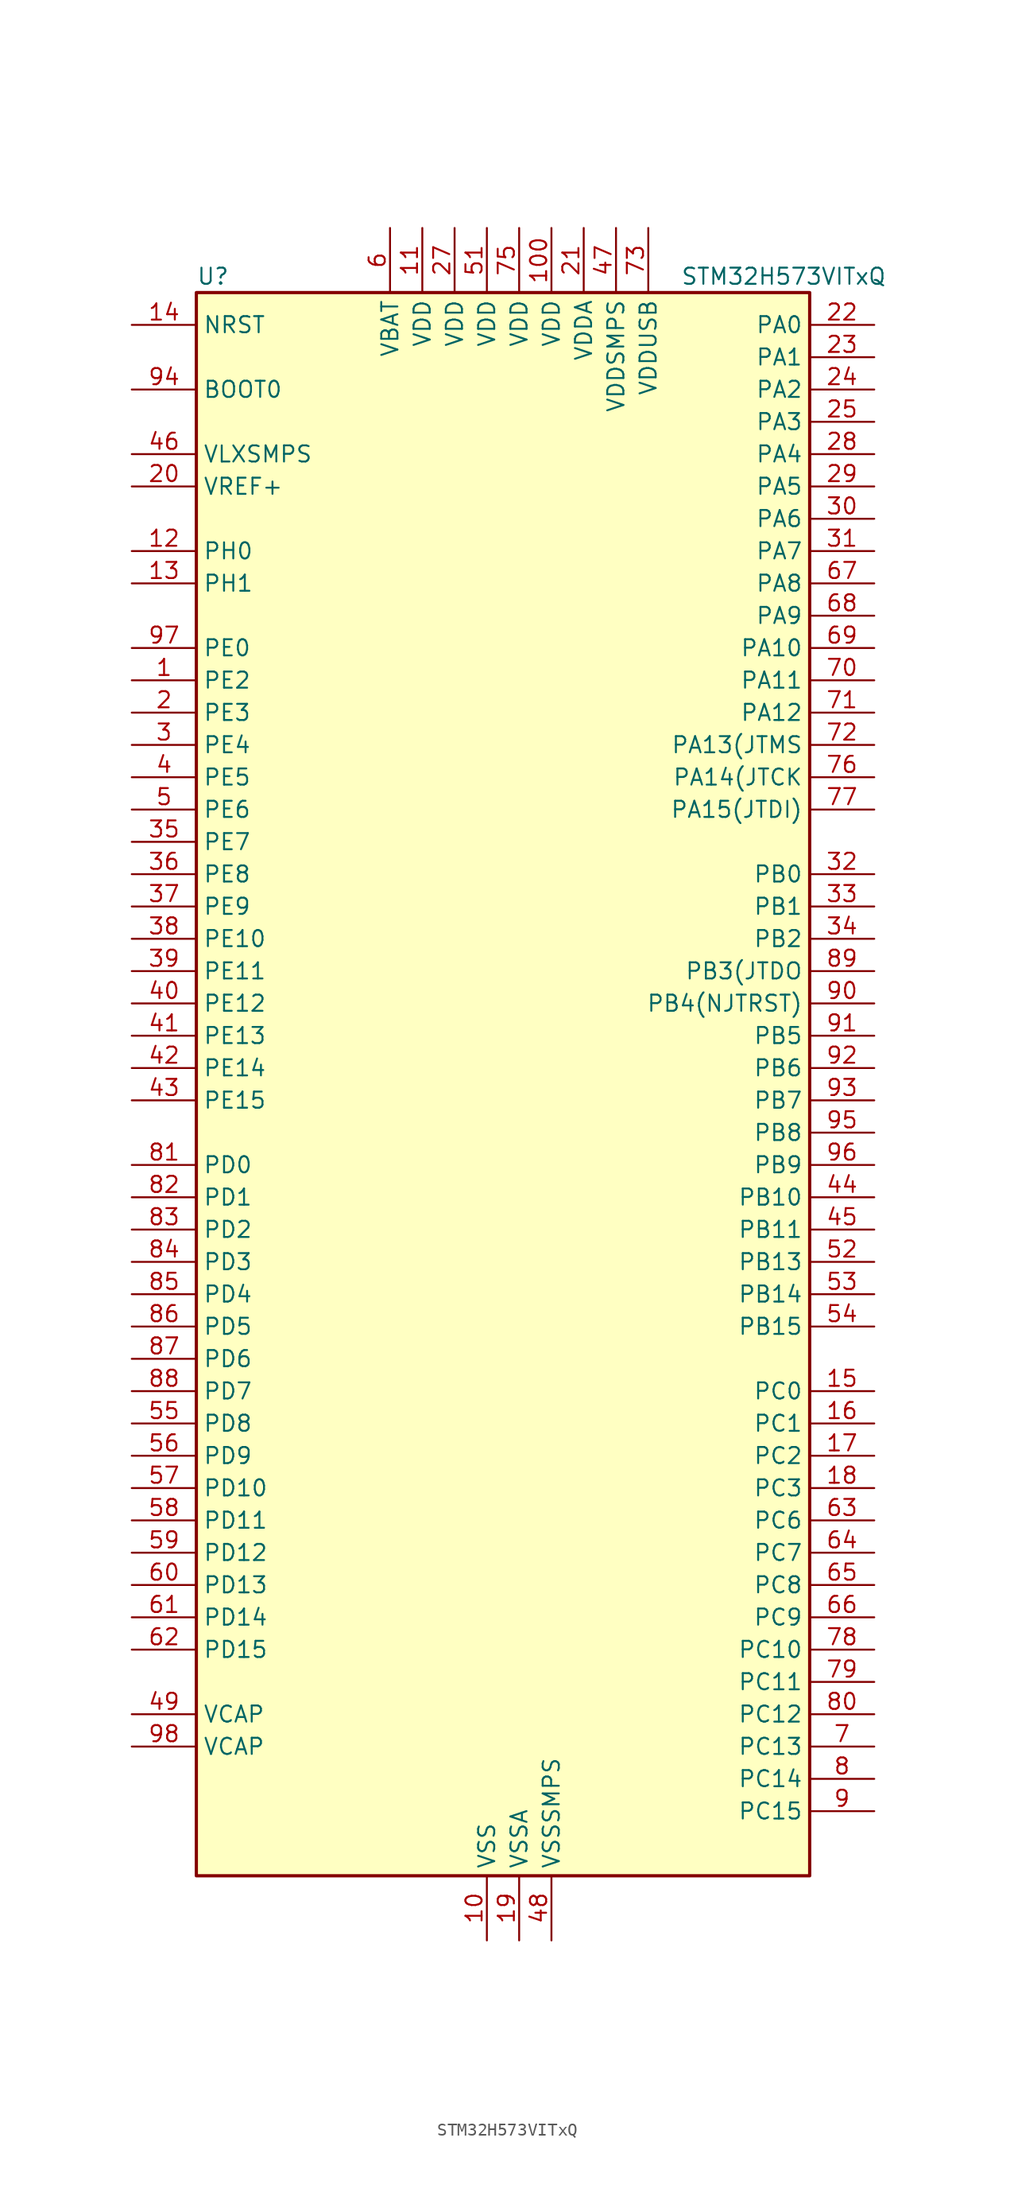
<source format=kicad_sym>
(kicad_symbol_lib
  (version 20231120)
  (generator "kicad_symbol_editor")
  (generator_version "8.0")
  (symbol "STM32H573VITxQ"
    (property "Reference" "U"
      (at -22.86 64.77 0)
      (effects (font (size 1.27 1.27)) (justify left)))
    (property "Value" "STM32H573VITxQ"
      (at 15.24 64.77 0)
      (effects (font (size 1.27 1.27)) (justify left)))
    (property "ki_locked" ""
      (at 0 0 0)
      (effects (font (size 1.27 1.27))))
    (symbol "STM32H573VITxQ_0_1"
      (rectangle (start -22.86 -60.96) (end 25.4 63.5) (stroke (width 0.254) (type default)) (fill (type background))))
    (symbol "STM32H573VITxQ_1_1"
      (pin bidirectional line (at -27.94 33.02 0) (length 5.08) (name "PE2" (effects (font (size 1.27 1.27)))) (number "1" (effects (font (size 1.27 1.27)))) (alternate "DCMI_D3" bidirectional line) (alternate "DEBUG_TRACECLK" bidirectional line) (alternate "FMC_A23" bidirectional line) (alternate "LPTIM1_IN2" bidirectional line) (alternate "OCTOSPI1_IO2" bidirectional line) (alternate "PSSI_D3" bidirectional line) (alternate "SAI1_CK1" bidirectional line) (alternate "SAI1_MCLK_A" bidirectional line) (alternate "SPI4_SCK" bidirectional line) (alternate "UART8_TX" bidirectional line) (alternate "USART10_RX" bidirectional line))
      (pin power_in line (at 0 -66.04 90) (length 5.08) (name "VSS" (effects (font (size 1.27 1.27)))) (number "10" (effects (font (size 1.27 1.27)))))
      (pin power_in line (at 5.08 68.58 270) (length 5.08) (name "VDD" (effects (font (size 1.27 1.27)))) (number "100" (effects (font (size 1.27 1.27)))))
      (pin power_in line (at -5.08 68.58 270) (length 5.08) (name "VDD" (effects (font (size 1.27 1.27)))) (number "11" (effects (font (size 1.27 1.27)))))
      (pin bidirectional line (at -27.94 43.18 0) (length 5.08) (name "PH0" (effects (font (size 1.27 1.27)))) (number "12" (effects (font (size 1.27 1.27)))) (alternate "RCC_OSC_IN" bidirectional line))
      (pin bidirectional line (at -27.94 40.64 0) (length 5.08) (name "PH1" (effects (font (size 1.27 1.27)))) (number "13" (effects (font (size 1.27 1.27)))) (alternate "RCC_OSC_OUT" bidirectional line))
      (pin input line (at -27.94 60.96 0) (length 5.08) (name "NRST" (effects (font (size 1.27 1.27)))) (number "14" (effects (font (size 1.27 1.27)))))
      (pin bidirectional line (at 30.48 -22.86 180) (length 5.08) (name "PC0" (effects (font (size 1.27 1.27)))) (number "15" (effects (font (size 1.27 1.27)))) (alternate "ADC1_INP10" bidirectional line) (alternate "ADC2_INP10" bidirectional line) (alternate "FMC_A25" bidirectional line) (alternate "FMC_SDNWE" bidirectional line) (alternate "OCTOSPI1_IO7" bidirectional line) (alternate "SAI1_MCLK_A" bidirectional line) (alternate "SAI2_FS_B" bidirectional line) (alternate "SPI2_RDY" bidirectional line) (alternate "TIM16_BKIN" bidirectional line))
      (pin bidirectional line (at 30.48 -25.4 180) (length 5.08) (name "PC1" (effects (font (size 1.27 1.27)))) (number "16" (effects (font (size 1.27 1.27)))) (alternate "ADC1_INN10" bidirectional line) (alternate "ADC1_INP11" bidirectional line) (alternate "ADC2_INN10" bidirectional line) (alternate "ADC2_INP11" bidirectional line) (alternate "DEBUG_TRACED0" bidirectional line) (alternate "I2S2_SDO" bidirectional line) (alternate "OCTOSPI1_IO4" bidirectional line) (alternate "PWR_WKUP6" bidirectional line) (alternate "SAI1_D1" bidirectional line) (alternate "SAI1_SD_A" bidirectional line) (alternate "SAI2_SD_A" bidirectional line) (alternate "SPI2_MOSI" bidirectional line) (alternate "TAMP_IN3" bidirectional line) (alternate "TAMP_OUT5" bidirectional line) (alternate "USART11_RTS" bidirectional line))
      (pin bidirectional line (at 30.48 -27.94 180) (length 5.08) (name "PC2" (effects (font (size 1.27 1.27)))) (number "17" (effects (font (size 1.27 1.27)))) (alternate "ADC1_INN11" bidirectional line) (alternate "ADC1_INP12" bidirectional line) (alternate "ADC2_INN11" bidirectional line) (alternate "ADC2_INP12" bidirectional line) (alternate "FMC_SDNE0" bidirectional line) (alternate "I2S2_SDI" bidirectional line) (alternate "OCTOSPI1_IO2" bidirectional line) (alternate "OCTOSPI1_IO5" bidirectional line) (alternate "PWR_CSLEEP" bidirectional line) (alternate "SPI2_MISO" bidirectional line) (alternate "TIM17_CH1" bidirectional line) (alternate "TIM4_CH4" bidirectional line))
      (pin bidirectional line (at 30.48 -30.48 180) (length 5.08) (name "PC3" (effects (font (size 1.27 1.27)))) (number "18" (effects (font (size 1.27 1.27)))) (alternate "ADC1_INN12" bidirectional line) (alternate "ADC1_INP13" bidirectional line) (alternate "ADC2_INN12" bidirectional line) (alternate "ADC2_INP13" bidirectional line) (alternate "FMC_SDCKE0" bidirectional line) (alternate "I2S2_SDO" bidirectional line) (alternate "LPTIM3_CH1" bidirectional line) (alternate "OCTOSPI1_IO0" bidirectional line) (alternate "OCTOSPI1_IO6" bidirectional line) (alternate "PWR_CSTOP" bidirectional line) (alternate "SAI1_D3" bidirectional line) (alternate "SPI2_MOSI" bidirectional line))
      (pin power_in line (at 2.54 -66.04 90) (length 5.08) (name "VSSA" (effects (font (size 1.27 1.27)))) (number "19" (effects (font (size 1.27 1.27)))))
      (pin bidirectional line (at -27.94 30.48 0) (length 5.08) (name "PE3" (effects (font (size 1.27 1.27)))) (number "2" (effects (font (size 1.27 1.27)))) (alternate "DEBUG_TRACED0" bidirectional line) (alternate "FMC_A19" bidirectional line) (alternate "SAI1_SD_B" bidirectional line) (alternate "TAMP_IN6" bidirectional line) (alternate "TAMP_OUT3" bidirectional line) (alternate "TIM15_BKIN" bidirectional line) (alternate "USART10_TX" bidirectional line))
      (pin input line (at -27.94 48.26 0) (length 5.08) (name "VREF+" (effects (font (size 1.27 1.27)))) (number "20" (effects (font (size 1.27 1.27)))))
      (pin power_in line (at 7.62 68.58 270) (length 5.08) (name "VDDA" (effects (font (size 1.27 1.27)))) (number "21" (effects (font (size 1.27 1.27)))))
      (pin bidirectional line (at 30.48 60.96 180) (length 5.08) (name "PA0" (effects (font (size 1.27 1.27)))) (number "22" (effects (font (size 1.27 1.27)))) (alternate "ADC1_INN1" bidirectional line) (alternate "ADC1_INP0" bidirectional line) (alternate "ADC2_INN1" bidirectional line) (alternate "ADC2_INP0" bidirectional line) (alternate "PWR_WKUP1" bidirectional line) (alternate "SAI2_SD_B" bidirectional line) (alternate "SPI3_RDY" bidirectional line) (alternate "SPI6_NSS" bidirectional line) (alternate "TAMP_IN2" bidirectional line) (alternate "TAMP_OUT1" bidirectional line) (alternate "TIM15_BKIN" bidirectional line) (alternate "TIM2_CH1" bidirectional line) (alternate "TIM2_ETR" bidirectional line) (alternate "TIM5_CH1" bidirectional line) (alternate "TIM8_ETR" bidirectional line) (alternate "UART4_TX" bidirectional line) (alternate "USART2_CTS" bidirectional line) (alternate "USART2_NSS" bidirectional line))
      (pin bidirectional line (at 30.48 58.42 180) (length 5.08) (name "PA1" (effects (font (size 1.27 1.27)))) (number "23" (effects (font (size 1.27 1.27)))) (alternate "ADC1_INP1" bidirectional line) (alternate "ADC2_INP1" bidirectional line) (alternate "LPTIM1_IN1" bidirectional line) (alternate "OCTOSPI1_DQS" bidirectional line) (alternate "OCTOSPI1_IO3" bidirectional line) (alternate "SAI2_MCLK_B" bidirectional line) (alternate "TAMP_IN5" bidirectional line) (alternate "TAMP_OUT4" bidirectional line) (alternate "TIM15_CH1N" bidirectional line) (alternate "TIM2_CH2" bidirectional line) (alternate "TIM5_CH2" bidirectional line) (alternate "UART4_RX" bidirectional line) (alternate "USART2_RTS" bidirectional line))
      (pin bidirectional line (at 30.48 55.88 180) (length 5.08) (name "PA2" (effects (font (size 1.27 1.27)))) (number "24" (effects (font (size 1.27 1.27)))) (alternate "ADC1_INP14" bidirectional line) (alternate "ADC2_INP14" bidirectional line) (alternate "LPTIM1_IN2" bidirectional line) (alternate "PWR_WKUP2" bidirectional line) (alternate "SAI2_SCK_B" bidirectional line) (alternate "TAMP_IN4" bidirectional line) (alternate "TAMP_OUT3" bidirectional line) (alternate "TIM15_CH1" bidirectional line) (alternate "TIM2_CH3" bidirectional line) (alternate "TIM5_CH3" bidirectional line) (alternate "USART2_TX" bidirectional line))
      (pin bidirectional line (at 30.48 53.34 180) (length 5.08) (name "PA3" (effects (font (size 1.27 1.27)))) (number "25" (effects (font (size 1.27 1.27)))) (alternate "ADC1_INP15" bidirectional line) (alternate "ADC2_INP15" bidirectional line) (alternate "I2S2_WS" bidirectional line) (alternate "OCTOSPI1_CLK" bidirectional line) (alternate "SAI1_SD_B" bidirectional line) (alternate "SPI2_NSS" bidirectional line) (alternate "TIM15_CH2" bidirectional line) (alternate "TIM2_CH4" bidirectional line) (alternate "TIM5_CH4" bidirectional line) (alternate "USART2_RX" bidirectional line))
      (pin passive line (at 0 -66.04 90) (length 5.08) hide (name "VSS" (effects (font (size 1.27 1.27)))) (number "26" (effects (font (size 1.27 1.27)))))
      (pin power_in line (at -2.54 68.58 270) (length 5.08) (name "VDD" (effects (font (size 1.27 1.27)))) (number "27" (effects (font (size 1.27 1.27)))))
      (pin bidirectional line (at 30.48 50.8 180) (length 5.08) (name "PA4" (effects (font (size 1.27 1.27)))) (number "28" (effects (font (size 1.27 1.27)))) (alternate "ADC1_INP18" bidirectional line) (alternate "ADC2_INP18" bidirectional line) (alternate "DAC1_OUT1" bidirectional line) (alternate "DCMI_HSYNC" bidirectional line) (alternate "I2S1_WS" bidirectional line) (alternate "I2S3_WS" bidirectional line) (alternate "LPTIM2_CH1" bidirectional line) (alternate "PSSI_DE" bidirectional line) (alternate "SPI1_NSS" bidirectional line) (alternate "SPI3_NSS" bidirectional line) (alternate "SPI6_NSS" bidirectional line) (alternate "TIM5_ETR" bidirectional line) (alternate "USART2_CK" bidirectional line))
      (pin bidirectional line (at 30.48 48.26 180) (length 5.08) (name "PA5" (effects (font (size 1.27 1.27)))) (number "29" (effects (font (size 1.27 1.27)))) (alternate "ADC1_INN18" bidirectional line) (alternate "ADC1_INP19" bidirectional line) (alternate "ADC2_INN18" bidirectional line) (alternate "ADC2_INP19" bidirectional line) (alternate "DAC1_OUT2" bidirectional line) (alternate "I2S1_CK" bidirectional line) (alternate "PSSI_D14" bidirectional line) (alternate "SPI1_SCK" bidirectional line) (alternate "SPI6_SCK" bidirectional line) (alternate "TIM2_CH1" bidirectional line) (alternate "TIM2_ETR" bidirectional line) (alternate "TIM8_CH1N" bidirectional line))
      (pin bidirectional line (at -27.94 27.94 0) (length 5.08) (name "PE4" (effects (font (size 1.27 1.27)))) (number "3" (effects (font (size 1.27 1.27)))) (alternate "DCMI_D4" bidirectional line) (alternate "DEBUG_TRACED1" bidirectional line) (alternate "FMC_A20" bidirectional line) (alternate "PSSI_D4" bidirectional line) (alternate "SAI1_D2" bidirectional line) (alternate "SAI1_FS_A" bidirectional line) (alternate "SPI4_NSS" bidirectional line) (alternate "TAMP_IN7" bidirectional line) (alternate "TAMP_OUT8" bidirectional line) (alternate "TIM15_CH1N" bidirectional line))
      (pin bidirectional line (at 30.48 45.72 180) (length 5.08) (name "PA6" (effects (font (size 1.27 1.27)))) (number "30" (effects (font (size 1.27 1.27)))) (alternate "ADC1_INP3" bidirectional line) (alternate "ADC2_INP3" bidirectional line) (alternate "DCMI_PIXCLK" bidirectional line) (alternate "I2S1_SDI" bidirectional line) (alternate "OCTOSPI1_IO3" bidirectional line) (alternate "PSSI_PDCK" bidirectional line) (alternate "SPI1_MISO" bidirectional line) (alternate "SPI6_MISO" bidirectional line) (alternate "TIM13_CH1" bidirectional line) (alternate "TIM1_BKIN" bidirectional line) (alternate "TIM3_CH1" bidirectional line) (alternate "TIM8_BKIN" bidirectional line) (alternate "USART11_TX" bidirectional line))
      (pin bidirectional line (at 30.48 43.18 180) (length 5.08) (name "PA7" (effects (font (size 1.27 1.27)))) (number "31" (effects (font (size 1.27 1.27)))) (alternate "ADC1_INN3" bidirectional line) (alternate "ADC1_INP7" bidirectional line) (alternate "ADC2_INN3" bidirectional line) (alternate "ADC2_INP7" bidirectional line) (alternate "FMC_NWE" bidirectional line) (alternate "FMC_SDNWE" bidirectional line) (alternate "I2S1_SDO" bidirectional line) (alternate "OCTOSPI1_IO2" bidirectional line) (alternate "SPI1_MOSI" bidirectional line) (alternate "SPI6_MOSI" bidirectional line) (alternate "TIM14_CH1" bidirectional line) (alternate "TIM1_CH1N" bidirectional line) (alternate "TIM3_CH2" bidirectional line) (alternate "TIM8_CH1N" bidirectional line) (alternate "USART11_RX" bidirectional line))
      (pin bidirectional line (at 30.48 17.78 180) (length 5.08) (name "PB0" (effects (font (size 1.27 1.27)))) (number "32" (effects (font (size 1.27 1.27)))) (alternate "ADC1_INN5" bidirectional line) (alternate "ADC1_INP9" bidirectional line) (alternate "ADC2_INN5" bidirectional line) (alternate "ADC2_INP9" bidirectional line) (alternate "LPTIM3_CH1" bidirectional line) (alternate "OCTOSPI1_IO1" bidirectional line) (alternate "TIM1_CH2N" bidirectional line) (alternate "TIM3_CH3" bidirectional line) (alternate "TIM8_CH2N" bidirectional line) (alternate "UART4_CTS" bidirectional line) (alternate "USART11_CK" bidirectional line))
      (pin bidirectional line (at 30.48 15.24 180) (length 5.08) (name "PB1" (effects (font (size 1.27 1.27)))) (number "33" (effects (font (size 1.27 1.27)))) (alternate "ADC1_INP5" bidirectional line) (alternate "ADC2_INP5" bidirectional line) (alternate "LPTIM3_CH2" bidirectional line) (alternate "OCTOSPI1_IO0" bidirectional line) (alternate "TIM1_CH3N" bidirectional line) (alternate "TIM3_CH4" bidirectional line) (alternate "TIM8_CH3N" bidirectional line))
      (pin bidirectional line (at 30.48 12.7 180) (length 5.08) (name "PB2" (effects (font (size 1.27 1.27)))) (number "34" (effects (font (size 1.27 1.27)))) (alternate "I2S3_SDO" bidirectional line) (alternate "LPTIM1_CH1" bidirectional line) (alternate "LPTIM5_ETR" bidirectional line) (alternate "OCTOSPI1_CLK" bidirectional line) (alternate "OCTOSPI1_DQS" bidirectional line) (alternate "RCC_LSCO" bidirectional line) (alternate "RTC_OUT2" bidirectional line) (alternate "SAI1_D1" bidirectional line) (alternate "SAI1_SD_A" bidirectional line) (alternate "SDMMC1_CMD" bidirectional line) (alternate "SPI1_RDY" bidirectional line) (alternate "SPI3_MOSI" bidirectional line) (alternate "TIM8_CH4N" bidirectional line))
      (pin bidirectional line (at -27.94 20.32 0) (length 5.08) (name "PE7" (effects (font (size 1.27 1.27)))) (number "35" (effects (font (size 1.27 1.27)))) (alternate "FMC_D4" bidirectional line) (alternate "FMC_DA4" bidirectional line) (alternate "OCTOSPI1_IO4" bidirectional line) (alternate "TIM1_ETR" bidirectional line) (alternate "UART12_RTS" bidirectional line) (alternate "UART7_RX" bidirectional line))
      (pin bidirectional line (at -27.94 17.78 0) (length 5.08) (name "PE8" (effects (font (size 1.27 1.27)))) (number "36" (effects (font (size 1.27 1.27)))) (alternate "FMC_D5" bidirectional line) (alternate "FMC_DA5" bidirectional line) (alternate "OCTOSPI1_IO5" bidirectional line) (alternate "TIM1_CH1N" bidirectional line) (alternate "UART12_CTS" bidirectional line) (alternate "UART7_TX" bidirectional line))
      (pin bidirectional line (at -27.94 15.24 0) (length 5.08) (name "PE9" (effects (font (size 1.27 1.27)))) (number "37" (effects (font (size 1.27 1.27)))) (alternate "DAC1_EXTI9" bidirectional line) (alternate "FMC_D6" bidirectional line) (alternate "FMC_DA6" bidirectional line) (alternate "OCTOSPI1_IO6" bidirectional line) (alternate "TIM1_CH1" bidirectional line) (alternate "UART12_RX" bidirectional line) (alternate "UART7_RTS" bidirectional line))
      (pin bidirectional line (at -27.94 12.7 0) (length 5.08) (name "PE10" (effects (font (size 1.27 1.27)))) (number "38" (effects (font (size 1.27 1.27)))) (alternate "FMC_D7" bidirectional line) (alternate "FMC_DA7" bidirectional line) (alternate "OCTOSPI1_IO7" bidirectional line) (alternate "TIM1_CH2N" bidirectional line) (alternate "UART12_TX" bidirectional line) (alternate "UART7_CTS" bidirectional line))
      (pin bidirectional line (at -27.94 10.16 0) (length 5.08) (name "PE11" (effects (font (size 1.27 1.27)))) (number "39" (effects (font (size 1.27 1.27)))) (alternate "ADC1_EXTI11" bidirectional line) (alternate "ADC2_EXTI11" bidirectional line) (alternate "FMC_D8" bidirectional line) (alternate "FMC_DA8" bidirectional line) (alternate "OCTOSPI1_NCS" bidirectional line) (alternate "SAI2_SD_B" bidirectional line) (alternate "SPI1_RDY" bidirectional line) (alternate "SPI4_NSS" bidirectional line) (alternate "TIM1_CH2" bidirectional line))
      (pin bidirectional line (at -27.94 25.4 0) (length 5.08) (name "PE5" (effects (font (size 1.27 1.27)))) (number "4" (effects (font (size 1.27 1.27)))) (alternate "DCMI_D6" bidirectional line) (alternate "DEBUG_TRACED2" bidirectional line) (alternate "FMC_A21" bidirectional line) (alternate "PSSI_D6" bidirectional line) (alternate "SAI1_CK2" bidirectional line) (alternate "SAI1_SCK_A" bidirectional line) (alternate "SPI4_MISO" bidirectional line) (alternate "TAMP_IN8" bidirectional line) (alternate "TAMP_OUT7" bidirectional line) (alternate "TIM15_CH1" bidirectional line))
      (pin bidirectional line (at -27.94 7.62 0) (length 5.08) (name "PE12" (effects (font (size 1.27 1.27)))) (number "40" (effects (font (size 1.27 1.27)))) (alternate "FMC_D9" bidirectional line) (alternate "FMC_DA9" bidirectional line) (alternate "SAI2_SCK_B" bidirectional line) (alternate "SPI4_SCK" bidirectional line) (alternate "TIM1_CH3N" bidirectional line))
      (pin bidirectional line (at -27.94 5.08 0) (length 5.08) (name "PE13" (effects (font (size 1.27 1.27)))) (number "41" (effects (font (size 1.27 1.27)))) (alternate "FMC_D10" bidirectional line) (alternate "FMC_DA10" bidirectional line) (alternate "SAI2_FS_B" bidirectional line) (alternate "SPI4_MISO" bidirectional line) (alternate "TIM1_CH3" bidirectional line))
      (pin bidirectional line (at -27.94 2.54 0) (length 5.08) (name "PE14" (effects (font (size 1.27 1.27)))) (number "42" (effects (font (size 1.27 1.27)))) (alternate "FMC_D11" bidirectional line) (alternate "FMC_DA11" bidirectional line) (alternate "SAI2_MCLK_B" bidirectional line) (alternate "SPI4_MOSI" bidirectional line) (alternate "TIM1_CH4" bidirectional line))
      (pin bidirectional line (at -27.94 0 0) (length 5.08) (name "PE15" (effects (font (size 1.27 1.27)))) (number "43" (effects (font (size 1.27 1.27)))) (alternate "ADC1_EXTI15" bidirectional line) (alternate "ADC2_EXTI15" bidirectional line) (alternate "FMC_D12" bidirectional line) (alternate "FMC_DA12" bidirectional line) (alternate "TIM1_BKIN" bidirectional line) (alternate "TIM1_CH4N" bidirectional line) (alternate "USART10_CK" bidirectional line))
      (pin bidirectional line (at 30.48 -7.62 180) (length 5.08) (name "PB10" (effects (font (size 1.27 1.27)))) (number "44" (effects (font (size 1.27 1.27)))) (alternate "I2C2_SCL" bidirectional line) (alternate "I2S2_CK" bidirectional line) (alternate "LPTIM2_IN1" bidirectional line) (alternate "LPTIM3_CH1" bidirectional line) (alternate "OCTOSPI1_NCS" bidirectional line) (alternate "SPI2_SCK" bidirectional line) (alternate "TIM2_CH3" bidirectional line) (alternate "USART3_TX" bidirectional line))
      (pin bidirectional line (at 30.48 -10.16 180) (length 5.08) (name "PB11" (effects (font (size 1.27 1.27)))) (number "45" (effects (font (size 1.27 1.27)))) (alternate "ADC1_EXTI11" bidirectional line) (alternate "ADC2_EXTI11" bidirectional line) (alternate "FMC_NBL1" bidirectional line) (alternate "I2C2_SDA" bidirectional line) (alternate "LPTIM2_ETR" bidirectional line) (alternate "SPI2_RDY" bidirectional line) (alternate "SPI4_RDY" bidirectional line) (alternate "TIM2_CH4" bidirectional line) (alternate "USART3_RX" bidirectional line))
      (pin power_in line (at -27.94 50.8 0) (length 5.08) (name "VLXSMPS" (effects (font (size 1.27 1.27)))) (number "46" (effects (font (size 1.27 1.27)))))
      (pin power_in line (at 10.16 68.58 270) (length 5.08) (name "VDDSMPS" (effects (font (size 1.27 1.27)))) (number "47" (effects (font (size 1.27 1.27)))))
      (pin power_in line (at 5.08 -66.04 90) (length 5.08) (name "VSSSMPS" (effects (font (size 1.27 1.27)))) (number "48" (effects (font (size 1.27 1.27)))))
      (pin power_out line (at -27.94 -48.26 0) (length 5.08) (name "VCAP" (effects (font (size 1.27 1.27)))) (number "49" (effects (font (size 1.27 1.27)))))
      (pin bidirectional line (at -27.94 22.86 0) (length 5.08) (name "PE6" (effects (font (size 1.27 1.27)))) (number "5" (effects (font (size 1.27 1.27)))) (alternate "DCMI_D7" bidirectional line) (alternate "DEBUG_TRACED3" bidirectional line) (alternate "FMC_A22" bidirectional line) (alternate "PSSI_D7" bidirectional line) (alternate "SAI1_D1" bidirectional line) (alternate "SAI1_SD_A" bidirectional line) (alternate "SAI2_MCLK_B" bidirectional line) (alternate "SPI4_MOSI" bidirectional line) (alternate "TAMP_IN3" bidirectional line) (alternate "TAMP_OUT6" bidirectional line) (alternate "TIM15_CH2" bidirectional line) (alternate "TIM1_BKIN2" bidirectional line))
      (pin passive line (at 0 -66.04 90) (length 5.08) hide (name "VSS" (effects (font (size 1.27 1.27)))) (number "50" (effects (font (size 1.27 1.27)))))
      (pin power_in line (at 0 68.58 270) (length 5.08) (name "VDD" (effects (font (size 1.27 1.27)))) (number "51" (effects (font (size 1.27 1.27)))))
      (pin bidirectional line (at 30.48 -12.7 180) (length 5.08) (name "PB13" (effects (font (size 1.27 1.27)))) (number "52" (effects (font (size 1.27 1.27)))) (alternate "FDCAN2_TX" bidirectional line) (alternate "I2C2_SMBA" bidirectional line) (alternate "I2S2_CK" bidirectional line) (alternate "LPTIM2_CH1" bidirectional line) (alternate "LPTIM3_IN1" bidirectional line) (alternate "SDMMC1_D0" bidirectional line) (alternate "SPI2_SCK" bidirectional line) (alternate "TIM1_CH1N" bidirectional line) (alternate "UART5_TX" bidirectional line) (alternate "UCPD1_CC1" bidirectional line) (alternate "USART3_CTS" bidirectional line) (alternate "USART3_NSS" bidirectional line))
      (pin bidirectional line (at 30.48 -15.24 180) (length 5.08) (name "PB14" (effects (font (size 1.27 1.27)))) (number "53" (effects (font (size 1.27 1.27)))) (alternate "I2S2_SDI" bidirectional line) (alternate "LPTIM3_ETR" bidirectional line) (alternate "SPI2_MISO" bidirectional line) (alternate "TIM12_CH1" bidirectional line) (alternate "TIM1_CH2N" bidirectional line) (alternate "TIM8_CH2N" bidirectional line) (alternate "UART4_DE" bidirectional line) (alternate "UART4_RTS" bidirectional line) (alternate "UCPD1_CC2" bidirectional line) (alternate "USART1_TX" bidirectional line) (alternate "USART3_RTS" bidirectional line))
      (pin bidirectional line (at 30.48 -17.78 180) (length 5.08) (name "PB15" (effects (font (size 1.27 1.27)))) (number "54" (effects (font (size 1.27 1.27)))) (alternate "ADC1_EXTI15" bidirectional line) (alternate "ADC2_EXTI15" bidirectional line) (alternate "DCMI_D2" bidirectional line) (alternate "I2S2_SDO" bidirectional line) (alternate "OCTOSPI1_CLK" bidirectional line) (alternate "PSSI_D2" bidirectional line) (alternate "PWR_PVD_IN" bidirectional line) (alternate "RTC_REFIN" bidirectional line) (alternate "SPI2_MOSI" bidirectional line) (alternate "TIM12_CH2" bidirectional line) (alternate "TIM1_CH3N" bidirectional line) (alternate "TIM8_CH3N" bidirectional line) (alternate "UART4_CTS" bidirectional line) (alternate "UART5_RX" bidirectional line) (alternate "USART11_CTS" bidirectional line) (alternate "USART11_NSS" bidirectional line) (alternate "USART1_RX" bidirectional line))
      (pin bidirectional line (at -27.94 -25.4 0) (length 5.08) (name "PD8" (effects (font (size 1.27 1.27)))) (number "55" (effects (font (size 1.27 1.27)))) (alternate "FMC_D13" bidirectional line) (alternate "FMC_DA13" bidirectional line) (alternate "USART3_TX" bidirectional line))
      (pin bidirectional line (at -27.94 -27.94 0) (length 5.08) (name "PD9" (effects (font (size 1.27 1.27)))) (number "56" (effects (font (size 1.27 1.27)))) (alternate "DAC1_EXTI9" bidirectional line) (alternate "FDCAN2_RX" bidirectional line) (alternate "FMC_D14" bidirectional line) (alternate "FMC_DA14" bidirectional line) (alternate "USART3_RX" bidirectional line))
      (pin bidirectional line (at -27.94 -30.48 0) (length 5.08) (name "PD10" (effects (font (size 1.27 1.27)))) (number "57" (effects (font (size 1.27 1.27)))) (alternate "FMC_D15" bidirectional line) (alternate "FMC_DA15" bidirectional line) (alternate "LPTIM2_CH2" bidirectional line) (alternate "USART3_CK" bidirectional line))
      (pin bidirectional line (at -27.94 -33.02 0) (length 5.08) (name "PD11" (effects (font (size 1.27 1.27)))) (number "58" (effects (font (size 1.27 1.27)))) (alternate "ADC1_EXTI11" bidirectional line) (alternate "ADC2_EXTI11" bidirectional line) (alternate "FMC_A16" bidirectional line) (alternate "FMC_CLE" bidirectional line) (alternate "I2C4_SMBA" bidirectional line) (alternate "LPTIM2_IN2" bidirectional line) (alternate "OCTOSPI1_IO0" bidirectional line) (alternate "SAI1_CK1" bidirectional line) (alternate "SAI2_SD_A" bidirectional line) (alternate "UART4_RX" bidirectional line) (alternate "USART3_CTS" bidirectional line) (alternate "USART3_NSS" bidirectional line))
      (pin bidirectional line (at -27.94 -35.56 0) (length 5.08) (name "PD12" (effects (font (size 1.27 1.27)))) (number "59" (effects (font (size 1.27 1.27)))) (alternate "DCMI_D12" bidirectional line) (alternate "FMC_A17" bidirectional line) (alternate "FMC_ALE" bidirectional line) (alternate "I2C4_SCL" bidirectional line) (alternate "I3C1_SCL" bidirectional line) (alternate "LPTIM1_IN1" bidirectional line) (alternate "LPTIM2_IN1" bidirectional line) (alternate "OCTOSPI1_IO1" bidirectional line) (alternate "PSSI_D12" bidirectional line) (alternate "SAI1_D1" bidirectional line) (alternate "SAI2_FS_A" bidirectional line) (alternate "TIM4_CH1" bidirectional line) (alternate "UART4_TX" bidirectional line) (alternate "USART3_RTS" bidirectional line))
      (pin power_in line (at -7.62 68.58 270) (length 5.08) (name "VBAT" (effects (font (size 1.27 1.27)))) (number "6" (effects (font (size 1.27 1.27)))))
      (pin bidirectional line (at -27.94 -38.1 0) (length 5.08) (name "PD13" (effects (font (size 1.27 1.27)))) (number "60" (effects (font (size 1.27 1.27)))) (alternate "DCMI_D13" bidirectional line) (alternate "FMC_A18" bidirectional line) (alternate "I2C4_SDA" bidirectional line) (alternate "I3C1_SDA" bidirectional line) (alternate "LPTIM1_CH1" bidirectional line) (alternate "LPTIM2_CH1" bidirectional line) (alternate "LPTIM4_IN1" bidirectional line) (alternate "OCTOSPI1_IO3" bidirectional line) (alternate "PSSI_D13" bidirectional line) (alternate "SAI2_SCK_A" bidirectional line) (alternate "TIM4_CH2" bidirectional line) (alternate "UART9_RTS" bidirectional line))
      (pin bidirectional line (at -27.94 -40.64 0) (length 5.08) (name "PD14" (effects (font (size 1.27 1.27)))) (number "61" (effects (font (size 1.27 1.27)))) (alternate "FMC_D0" bidirectional line) (alternate "FMC_DA0" bidirectional line) (alternate "TIM4_CH3" bidirectional line) (alternate "UART8_CTS" bidirectional line) (alternate "UART9_RX" bidirectional line))
      (pin bidirectional line (at -27.94 -43.18 0) (length 5.08) (name "PD15" (effects (font (size 1.27 1.27)))) (number "62" (effects (font (size 1.27 1.27)))) (alternate "ADC1_EXTI15" bidirectional line) (alternate "ADC2_EXTI15" bidirectional line) (alternate "FMC_D1" bidirectional line) (alternate "FMC_DA1" bidirectional line) (alternate "TIM4_CH4" bidirectional line) (alternate "UART8_RTS" bidirectional line) (alternate "UART9_TX" bidirectional line))
      (pin bidirectional line (at 30.48 -33.02 180) (length 5.08) (name "PC6" (effects (font (size 1.27 1.27)))) (number "63" (effects (font (size 1.27 1.27)))) (alternate "DCMI_D0" bidirectional line) (alternate "FMC_NWAIT" bidirectional line) (alternate "I2S2_MCK" bidirectional line) (alternate "OCTOSPI1_IO5" bidirectional line) (alternate "PSSI_D0" bidirectional line) (alternate "SAI1_SCK_A" bidirectional line) (alternate "SDMMC1_D0DIR" bidirectional line) (alternate "SDMMC1_D6" bidirectional line) (alternate "TIM3_CH1" bidirectional line) (alternate "TIM8_CH1" bidirectional line) (alternate "USART6_TX" bidirectional line))
      (pin bidirectional line (at 30.48 -35.56 180) (length 5.08) (name "PC7" (effects (font (size 1.27 1.27)))) (number "64" (effects (font (size 1.27 1.27)))) (alternate "DCMI_D1" bidirectional line) (alternate "DEBUG_TRGIO" bidirectional line) (alternate "FMC_NE1" bidirectional line) (alternate "I2S3_MCK" bidirectional line) (alternate "OCTOSPI1_IO6" bidirectional line) (alternate "PSSI_D1" bidirectional line) (alternate "SDMMC1_D123DIR" bidirectional line) (alternate "SDMMC1_D7" bidirectional line) (alternate "TIM3_CH2" bidirectional line) (alternate "TIM8_CH2" bidirectional line) (alternate "USART6_RX" bidirectional line))
      (pin bidirectional line (at 30.48 -38.1 180) (length 5.08) (name "PC8" (effects (font (size 1.27 1.27)))) (number "65" (effects (font (size 1.27 1.27)))) (alternate "DCMI_D2" bidirectional line) (alternate "DEBUG_TRACED1" bidirectional line) (alternate "FMC_ALE" bidirectional line) (alternate "FMC_INT" bidirectional line) (alternate "FMC_NCE" bidirectional line) (alternate "FMC_NE2" bidirectional line) (alternate "PSSI_D2" bidirectional line) (alternate "SDMMC1_D0" bidirectional line) (alternate "TIM3_CH3" bidirectional line) (alternate "TIM8_CH3" bidirectional line) (alternate "UART5_DE" bidirectional line) (alternate "UART5_RTS" bidirectional line) (alternate "USART6_CK" bidirectional line))
      (pin bidirectional line (at 30.48 -40.64 180) (length 5.08) (name "PC9" (effects (font (size 1.27 1.27)))) (number "66" (effects (font (size 1.27 1.27)))) (alternate "AUDIOCLK" bidirectional line) (alternate "DAC1_EXTI9" bidirectional line) (alternate "DCMI_D3" bidirectional line) (alternate "FMC_CLE" bidirectional line) (alternate "I2C3_SDA" bidirectional line) (alternate "OCTOSPI1_IO0" bidirectional line) (alternate "PSSI_D3" bidirectional line) (alternate "RCC_MCO_2" bidirectional line) (alternate "SDMMC1_D1" bidirectional line) (alternate "TIM3_CH4" bidirectional line) (alternate "TIM8_CH4" bidirectional line) (alternate "UART5_CTS" bidirectional line) (alternate "UCPD1_DB2" bidirectional line))
      (pin bidirectional line (at 30.48 40.64 180) (length 5.08) (name "PA8" (effects (font (size 1.27 1.27)))) (number "67" (effects (font (size 1.27 1.27)))) (alternate "DCMI_D3" bidirectional line) (alternate "FMC_NOE" bidirectional line) (alternate "I2C3_SCL" bidirectional line) (alternate "PSSI_D3" bidirectional line) (alternate "RCC_MCO_1" bidirectional line) (alternate "SPI1_RDY" bidirectional line) (alternate "TIM1_CH1" bidirectional line) (alternate "TIM8_BKIN2" bidirectional line) (alternate "UART7_RX" bidirectional line) (alternate "USART1_CK" bidirectional line) (alternate "USB_SOF" bidirectional line))
      (pin bidirectional line (at 30.48 38.1 180) (length 5.08) (name "PA9" (effects (font (size 1.27 1.27)))) (number "68" (effects (font (size 1.27 1.27)))) (alternate "DAC1_EXTI9" bidirectional line) (alternate "DCMI_D0" bidirectional line) (alternate "FMC_NWE" bidirectional line) (alternate "I2C3_SMBA" bidirectional line) (alternate "I2S2_CK" bidirectional line) (alternate "LPUART1_TX" bidirectional line) (alternate "PSSI_D0" bidirectional line) (alternate "SPI2_SCK" bidirectional line) (alternate "TIM1_CH2" bidirectional line) (alternate "UCPD1_DB1" bidirectional line) (alternate "USART1_TX" bidirectional line))
      (pin bidirectional line (at 30.48 35.56 180) (length 5.08) (name "PA10" (effects (font (size 1.27 1.27)))) (number "69" (effects (font (size 1.27 1.27)))) (alternate "DCMI_D1" bidirectional line) (alternate "FDCAN2_TX" bidirectional line) (alternate "LPTIM2_IN2" bidirectional line) (alternate "LPUART1_RX" bidirectional line) (alternate "PSSI_D1" bidirectional line) (alternate "SDMMC1_D0" bidirectional line) (alternate "TIM1_CH3" bidirectional line) (alternate "UCPD1_FRSTX" bidirectional line) (alternate "USART1_RX" bidirectional line))
      (pin bidirectional line (at 30.48 -50.8 180) (length 5.08) (name "PC13" (effects (font (size 1.27 1.27)))) (number "7" (effects (font (size 1.27 1.27)))) (alternate "PWR_WKUP4" bidirectional line) (alternate "RTC_OUT1" bidirectional line) (alternate "RTC_TS" bidirectional line) (alternate "TAMP_IN1" bidirectional line) (alternate "TAMP_OUT2" bidirectional line) (alternate "TAMP_OUT3" bidirectional line))
      (pin bidirectional line (at 30.48 33.02 180) (length 5.08) (name "PA11" (effects (font (size 1.27 1.27)))) (number "70" (effects (font (size 1.27 1.27)))) (alternate "ADC1_EXTI11" bidirectional line) (alternate "ADC2_EXTI11" bidirectional line) (alternate "FDCAN1_RX" bidirectional line) (alternate "I2S2_WS" bidirectional line) (alternate "LPUART1_CTS" bidirectional line) (alternate "SPI2_NSS" bidirectional line) (alternate "TIM1_CH4" bidirectional line) (alternate "UART4_RX" bidirectional line) (alternate "USART1_CTS" bidirectional line) (alternate "USART1_NSS" bidirectional line) (alternate "USB_DM" bidirectional line))
      (pin bidirectional line (at 30.48 30.48 180) (length 5.08) (name "PA12" (effects (font (size 1.27 1.27)))) (number "71" (effects (font (size 1.27 1.27)))) (alternate "FDCAN1_TX" bidirectional line) (alternate "I2S2_CK" bidirectional line) (alternate "LPUART1_RTS" bidirectional line) (alternate "SAI2_FS_B" bidirectional line) (alternate "SPI2_SCK" bidirectional line) (alternate "TIM1_ETR" bidirectional line) (alternate "UART4_TX" bidirectional line) (alternate "USART1_RTS" bidirectional line) (alternate "USB_DP" bidirectional line))
      (pin bidirectional line (at 30.48 27.94 180) (length 5.08) (name "PA13(JTMS" (effects (font (size 1.27 1.27)))) (number "72" (effects (font (size 1.27 1.27)))) (alternate "DEBUG_JTMS-SWDIO" bidirectional line))
      (pin power_in line (at 12.7 68.58 270) (length 5.08) (name "VDDUSB" (effects (font (size 1.27 1.27)))) (number "73" (effects (font (size 1.27 1.27)))))
      (pin passive line (at 0 -66.04 90) (length 5.08) hide (name "VSS" (effects (font (size 1.27 1.27)))) (number "74" (effects (font (size 1.27 1.27)))))
      (pin power_in line (at 2.54 68.58 270) (length 5.08) (name "VDD" (effects (font (size 1.27 1.27)))) (number "75" (effects (font (size 1.27 1.27)))))
      (pin bidirectional line (at 30.48 25.4 180) (length 5.08) (name "PA14(JTCK" (effects (font (size 1.27 1.27)))) (number "76" (effects (font (size 1.27 1.27)))) (alternate "DEBUG_JTCK-SWCLK" bidirectional line))
      (pin bidirectional line (at 30.48 22.86 180) (length 5.08) (name "PA15(JTDI)" (effects (font (size 1.27 1.27)))) (number "77" (effects (font (size 1.27 1.27)))) (alternate "ADC1_EXTI15" bidirectional line) (alternate "ADC2_EXTI15" bidirectional line) (alternate "CEC" bidirectional line) (alternate "DCMI_D11" bidirectional line) (alternate "DEBUG_JTDI" bidirectional line) (alternate "FMC_NBL1" bidirectional line) (alternate "I2S1_WS" bidirectional line) (alternate "I2S3_WS" bidirectional line) (alternate "LPTIM3_IN2" bidirectional line) (alternate "PSSI_D11" bidirectional line) (alternate "SPI1_NSS" bidirectional line) (alternate "SPI3_NSS" bidirectional line) (alternate "SPI6_NSS" bidirectional line) (alternate "TIM2_CH1" bidirectional line) (alternate "TIM2_ETR" bidirectional line) (alternate "UART4_DE" bidirectional line) (alternate "UART4_RTS" bidirectional line) (alternate "UART7_TX" bidirectional line))
      (pin bidirectional line (at 30.48 -43.18 180) (length 5.08) (name "PC10" (effects (font (size 1.27 1.27)))) (number "78" (effects (font (size 1.27 1.27)))) (alternate "DCMI_D8" bidirectional line) (alternate "I2S3_CK" bidirectional line) (alternate "LPTIM3_ETR" bidirectional line) (alternate "OCTOSPI1_IO1" bidirectional line) (alternate "PSSI_D8" bidirectional line) (alternate "SDMMC1_D2" bidirectional line) (alternate "SPI3_SCK" bidirectional line) (alternate "UART4_TX" bidirectional line) (alternate "USART3_TX" bidirectional line))
      (pin bidirectional line (at 30.48 -45.72 180) (length 5.08) (name "PC11" (effects (font (size 1.27 1.27)))) (number "79" (effects (font (size 1.27 1.27)))) (alternate "ADC1_EXTI11" bidirectional line) (alternate "ADC2_EXTI11" bidirectional line) (alternate "DCMI_D4" bidirectional line) (alternate "I2S3_SDI" bidirectional line) (alternate "LPTIM3_IN1" bidirectional line) (alternate "OCTOSPI1_NCS" bidirectional line) (alternate "PSSI_D4" bidirectional line) (alternate "SDMMC1_D3" bidirectional line) (alternate "SPI3_MISO" bidirectional line) (alternate "UART4_RX" bidirectional line) (alternate "USART3_RX" bidirectional line))
      (pin bidirectional line (at 30.48 -53.34 180) (length 5.08) (name "PC14" (effects (font (size 1.27 1.27)))) (number "8" (effects (font (size 1.27 1.27)))) (alternate "RCC_OSC32_IN" bidirectional line))
      (pin bidirectional line (at 30.48 -48.26 180) (length 5.08) (name "PC12" (effects (font (size 1.27 1.27)))) (number "80" (effects (font (size 1.27 1.27)))) (alternate "DCMI_D9" bidirectional line) (alternate "DEBUG_TRACED3" bidirectional line) (alternate "I2S3_SDO" bidirectional line) (alternate "PSSI_D9" bidirectional line) (alternate "SDMMC1_CK" bidirectional line) (alternate "SPI3_MOSI" bidirectional line) (alternate "SPI6_SCK" bidirectional line) (alternate "TIM15_CH1" bidirectional line) (alternate "UART5_TX" bidirectional line) (alternate "USART3_CK" bidirectional line))
      (pin bidirectional line (at -27.94 -5.08 0) (length 5.08) (name "PD0" (effects (font (size 1.27 1.27)))) (number "81" (effects (font (size 1.27 1.27)))) (alternate "FDCAN1_RX" bidirectional line) (alternate "FMC_D2" bidirectional line) (alternate "FMC_DA2" bidirectional line) (alternate "TIM8_CH4N" bidirectional line) (alternate "UART4_RX" bidirectional line) (alternate "UART9_CTS" bidirectional line))
      (pin bidirectional line (at -27.94 -7.62 0) (length 5.08) (name "PD1" (effects (font (size 1.27 1.27)))) (number "82" (effects (font (size 1.27 1.27)))) (alternate "FDCAN1_TX" bidirectional line) (alternate "FMC_D3" bidirectional line) (alternate "FMC_DA3" bidirectional line) (alternate "UART4_TX" bidirectional line))
      (pin bidirectional line (at -27.94 -10.16 0) (length 5.08) (name "PD2" (effects (font (size 1.27 1.27)))) (number "83" (effects (font (size 1.27 1.27)))) (alternate "DCMI_D11" bidirectional line) (alternate "DEBUG_TRACED2" bidirectional line) (alternate "LPTIM4_ETR" bidirectional line) (alternate "PSSI_D11" bidirectional line) (alternate "PWR_WKUP7" bidirectional line) (alternate "SDMMC1_CMD" bidirectional line) (alternate "TIM15_BKIN" bidirectional line) (alternate "TIM3_ETR" bidirectional line) (alternate "UART5_RX" bidirectional line))
      (pin bidirectional line (at -27.94 -12.7 0) (length 5.08) (name "PD3" (effects (font (size 1.27 1.27)))) (number "84" (effects (font (size 1.27 1.27)))) (alternate "DCMI_D5" bidirectional line) (alternate "FMC_CLK" bidirectional line) (alternate "I2S2_CK" bidirectional line) (alternate "PSSI_D5" bidirectional line) (alternate "PWR_WKUP8" bidirectional line) (alternate "SPI2_SCK" bidirectional line) (alternate "USART2_CTS" bidirectional line) (alternate "USART2_NSS" bidirectional line))
      (pin bidirectional line (at -27.94 -15.24 0) (length 5.08) (name "PD4" (effects (font (size 1.27 1.27)))) (number "85" (effects (font (size 1.27 1.27)))) (alternate "FMC_NOE" bidirectional line) (alternate "OCTOSPI1_IO4" bidirectional line) (alternate "USART2_RTS" bidirectional line))
      (pin bidirectional line (at -27.94 -17.78 0) (length 5.08) (name "PD5" (effects (font (size 1.27 1.27)))) (number "86" (effects (font (size 1.27 1.27)))) (alternate "FDCAN1_TX" bidirectional line) (alternate "FMC_NWE" bidirectional line) (alternate "OCTOSPI1_IO5" bidirectional line) (alternate "SPI2_RDY" bidirectional line) (alternate "TIM1_CH4N" bidirectional line) (alternate "USART2_TX" bidirectional line))
      (pin bidirectional line (at -27.94 -20.32 0) (length 5.08) (name "PD6" (effects (font (size 1.27 1.27)))) (number "87" (effects (font (size 1.27 1.27)))) (alternate "DCMI_D10" bidirectional line) (alternate "FMC_NWAIT" bidirectional line) (alternate "I2S3_SDO" bidirectional line) (alternate "OCTOSPI1_IO6" bidirectional line) (alternate "PSSI_D10" bidirectional line) (alternate "SAI1_D1" bidirectional line) (alternate "SAI1_SD_A" bidirectional line) (alternate "SPI3_MOSI" bidirectional line) (alternate "USART2_RX" bidirectional line))
      (pin bidirectional line (at -27.94 -22.86 0) (length 5.08) (name "PD7" (effects (font (size 1.27 1.27)))) (number "88" (effects (font (size 1.27 1.27)))) (alternate "FMC_NCE" bidirectional line) (alternate "FMC_NE1" bidirectional line) (alternate "I2S1_SDO" bidirectional line) (alternate "LPTIM4_OUT" bidirectional line) (alternate "OCTOSPI1_IO7" bidirectional line) (alternate "SPI1_MOSI" bidirectional line) (alternate "USART2_CK" bidirectional line))
      (pin bidirectional line (at 30.48 10.16 180) (length 5.08) (name "PB3(JTDO" (effects (font (size 1.27 1.27)))) (number "89" (effects (font (size 1.27 1.27)))) (alternate "CRS_SYNC" bidirectional line) (alternate "DEBUG_JTDO-SWO" bidirectional line) (alternate "I2C2_SDA" bidirectional line) (alternate "I2S1_CK" bidirectional line) (alternate "I2S3_CK" bidirectional line) (alternate "LPTIM6_ETR" bidirectional line) (alternate "SPI1_SCK" bidirectional line) (alternate "SPI3_SCK" bidirectional line) (alternate "SPI6_SCK" bidirectional line) (alternate "TIM2_CH2" bidirectional line) (alternate "UART12_CTS" bidirectional line) (alternate "UART7_RX" bidirectional line))
      (pin bidirectional line (at 30.48 -55.88 180) (length 5.08) (name "PC15" (effects (font (size 1.27 1.27)))) (number "9" (effects (font (size 1.27 1.27)))) (alternate "ADC1_EXTI15" bidirectional line) (alternate "ADC2_EXTI15" bidirectional line) (alternate "RCC_OSC32_OUT" bidirectional line))
      (pin bidirectional line (at 30.48 7.62 180) (length 5.08) (name "PB4(NJTRST)" (effects (font (size 1.27 1.27)))) (number "90" (effects (font (size 1.27 1.27)))) (alternate "DCMI_D7" bidirectional line) (alternate "DEBUG_JTRST" bidirectional line) (alternate "I2S1_SDI" bidirectional line) (alternate "I2S2_WS" bidirectional line) (alternate "I2S3_SDI" bidirectional line) (alternate "LPTIM1_CH2" bidirectional line) (alternate "OCTOSPI1_CLK" bidirectional line) (alternate "PSSI_D7" bidirectional line) (alternate "SPI1_MISO" bidirectional line) (alternate "SPI2_NSS" bidirectional line) (alternate "SPI3_MISO" bidirectional line) (alternate "SPI6_MISO" bidirectional line) (alternate "TIM16_BKIN" bidirectional line) (alternate "TIM3_CH1" bidirectional line) (alternate "UART7_TX" bidirectional line))
      (pin bidirectional line (at 30.48 5.08 180) (length 5.08) (name "PB5" (effects (font (size 1.27 1.27)))) (number "91" (effects (font (size 1.27 1.27)))) (alternate "DCMI_D10" bidirectional line) (alternate "FDCAN2_RX" bidirectional line) (alternate "FMC_SDCKE1" bidirectional line) (alternate "I2C1_SMBA" bidirectional line) (alternate "I2C4_SMBA" bidirectional line) (alternate "I2S1_SDO" bidirectional line) (alternate "I2S3_SDO" bidirectional line) (alternate "OCTOSPI1_NCLK" bidirectional line) (alternate "PSSI_D10" bidirectional line) (alternate "SPI1_MOSI" bidirectional line) (alternate "SPI3_MOSI" bidirectional line) (alternate "SPI6_MOSI" bidirectional line) (alternate "TIM17_BKIN" bidirectional line) (alternate "TIM3_CH2" bidirectional line) (alternate "UART5_RX" bidirectional line))
      (pin bidirectional line (at 30.48 2.54 180) (length 5.08) (name "PB6" (effects (font (size 1.27 1.27)))) (number "92" (effects (font (size 1.27 1.27)))) (alternate "CEC" bidirectional line) (alternate "DCMI_D5" bidirectional line) (alternate "FDCAN2_TX" bidirectional line) (alternate "FMC_SDNE1" bidirectional line) (alternate "I2C1_SCL" bidirectional line) (alternate "I2C4_SCL" bidirectional line) (alternate "I3C1_SCL" bidirectional line) (alternate "LPUART1_TX" bidirectional line) (alternate "OCTOSPI1_NCS" bidirectional line) (alternate "PSSI_D5" bidirectional line) (alternate "TIM16_CH1N" bidirectional line) (alternate "TIM4_CH1" bidirectional line) (alternate "UART5_TX" bidirectional line) (alternate "USART1_TX" bidirectional line))
      (pin bidirectional line (at 30.48 0 180) (length 5.08) (name "PB7" (effects (font (size 1.27 1.27)))) (number "93" (effects (font (size 1.27 1.27)))) (alternate "DCMI_VSYNC" bidirectional line) (alternate "FDCAN1_TX" bidirectional line) (alternate "FMC_NL" bidirectional line) (alternate "I2C1_SDA" bidirectional line) (alternate "I2C4_SDA" bidirectional line) (alternate "I3C1_SDA" bidirectional line) (alternate "LPUART1_RX" bidirectional line) (alternate "PSSI_RDY" bidirectional line) (alternate "PWR_WKUP5" bidirectional line) (alternate "TIM17_CH1N" bidirectional line) (alternate "TIM4_CH2" bidirectional line) (alternate "USART1_RX" bidirectional line))
      (pin input line (at -27.94 55.88 0) (length 5.08) (name "BOOT0" (effects (font (size 1.27 1.27)))) (number "94" (effects (font (size 1.27 1.27)))))
      (pin bidirectional line (at 30.48 -2.54 180) (length 5.08) (name "PB8" (effects (font (size 1.27 1.27)))) (number "95" (effects (font (size 1.27 1.27)))) (alternate "DCMI_D6" bidirectional line) (alternate "FDCAN1_RX" bidirectional line) (alternate "I2C1_SCL" bidirectional line) (alternate "I2C4_SCL" bidirectional line) (alternate "I3C1_SCL" bidirectional line) (alternate "PSSI_D6" bidirectional line) (alternate "SDMMC1_CKIN" bidirectional line) (alternate "SDMMC1_D4" bidirectional line) (alternate "SPI4_RDY" bidirectional line) (alternate "TIM16_CH1" bidirectional line) (alternate "TIM4_CH3" bidirectional line) (alternate "UART4_RX" bidirectional line))
      (pin bidirectional line (at 30.48 -5.08 180) (length 5.08) (name "PB9" (effects (font (size 1.27 1.27)))) (number "96" (effects (font (size 1.27 1.27)))) (alternate "DAC1_EXTI9" bidirectional line) (alternate "DCMI_D7" bidirectional line) (alternate "FDCAN1_TX" bidirectional line) (alternate "I2C1_SDA" bidirectional line) (alternate "I2C4_SDA" bidirectional line) (alternate "I2S2_WS" bidirectional line) (alternate "I3C1_SDA" bidirectional line) (alternate "PSSI_D7" bidirectional line) (alternate "SDMMC1_CDIR" bidirectional line) (alternate "SDMMC1_D5" bidirectional line) (alternate "SPI2_NSS" bidirectional line) (alternate "TIM17_CH1" bidirectional line) (alternate "TIM4_CH4" bidirectional line) (alternate "UART4_TX" bidirectional line))
      (pin bidirectional line (at -27.94 35.56 0) (length 5.08) (name "PE0" (effects (font (size 1.27 1.27)))) (number "97" (effects (font (size 1.27 1.27)))) (alternate "DCMI_D2" bidirectional line) (alternate "FDCAN1_RX" bidirectional line) (alternate "FMC_NBL0" bidirectional line) (alternate "LPTIM1_ETR" bidirectional line) (alternate "LPTIM2_CH2" bidirectional line) (alternate "LPTIM2_ETR" bidirectional line) (alternate "PSSI_D2" bidirectional line) (alternate "SAI2_MCLK_A" bidirectional line) (alternate "SPI3_RDY" bidirectional line) (alternate "TIM4_ETR" bidirectional line) (alternate "UART8_RX" bidirectional line))
      (pin power_out line (at -27.94 -50.8 0) (length 5.08) (name "VCAP" (effects (font (size 1.27 1.27)))) (number "98" (effects (font (size 1.27 1.27)))))
      (pin passive line (at 0 -66.04 90) (length 5.08) hide (name "VSS" (effects (font (size 1.27 1.27)))) (number "99" (effects (font (size 1.27 1.27))))))))
</source>
